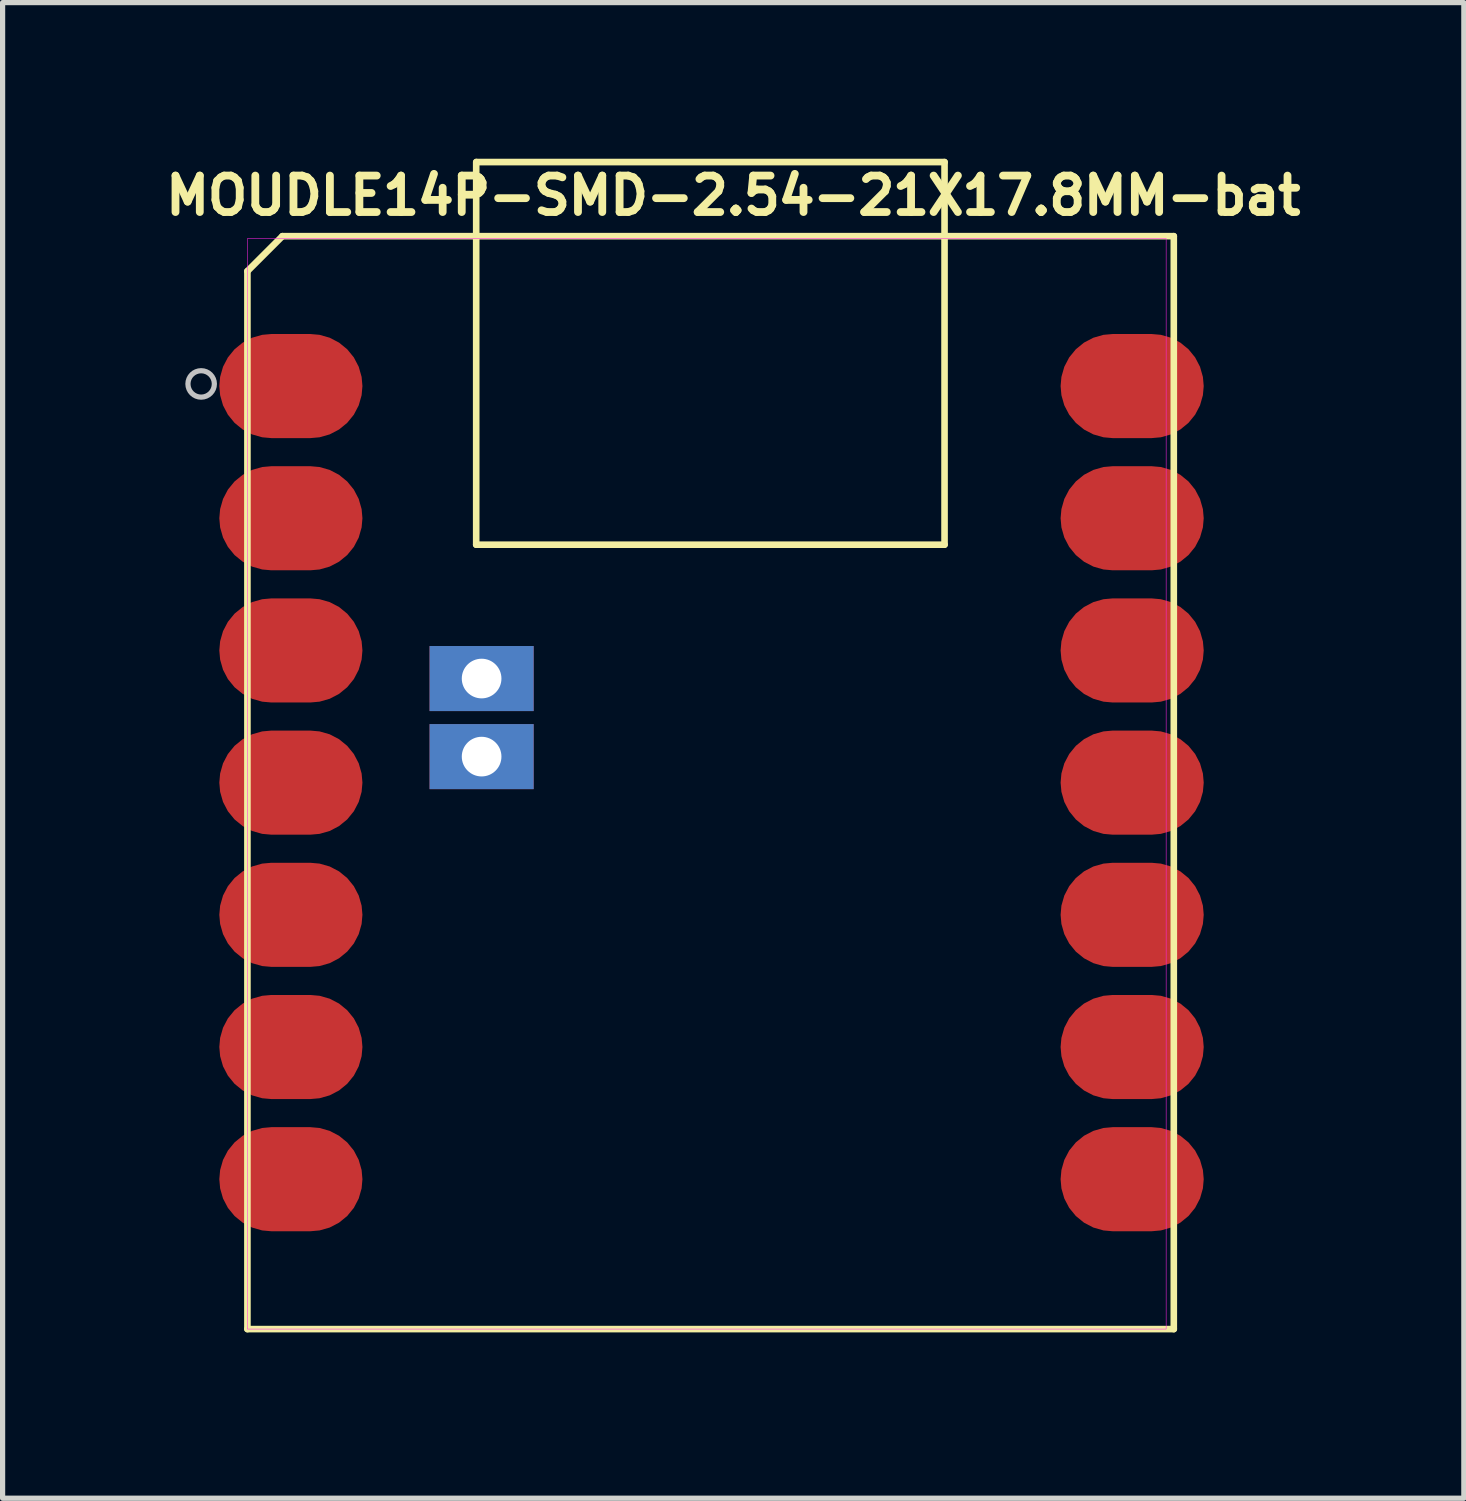
<source format=kicad_pcb>
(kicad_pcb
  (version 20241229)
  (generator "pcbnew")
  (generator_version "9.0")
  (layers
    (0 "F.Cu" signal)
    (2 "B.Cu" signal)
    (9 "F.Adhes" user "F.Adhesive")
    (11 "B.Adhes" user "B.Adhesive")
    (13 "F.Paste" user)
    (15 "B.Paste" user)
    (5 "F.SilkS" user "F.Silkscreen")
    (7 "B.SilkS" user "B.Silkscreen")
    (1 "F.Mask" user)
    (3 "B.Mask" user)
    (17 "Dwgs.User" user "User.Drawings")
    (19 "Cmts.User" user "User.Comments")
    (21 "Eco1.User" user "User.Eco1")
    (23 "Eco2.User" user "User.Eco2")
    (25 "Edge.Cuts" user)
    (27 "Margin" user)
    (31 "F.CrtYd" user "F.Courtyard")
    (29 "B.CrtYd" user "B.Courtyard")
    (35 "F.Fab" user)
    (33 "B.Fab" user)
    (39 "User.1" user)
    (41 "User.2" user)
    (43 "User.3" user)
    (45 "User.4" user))
  (footprint "MOUDLE14P-SMD-2.54-21X17.8MM-bat"
    (layer "F.Cu")
    (at 1.704 22.488)
    (property "Reference" "MOUDLE14P-SMD-2.54-21X17.8MM-bat" (at 9.335 -21.78 0) (layer "F.SilkS") (effects (font (size 0.7 0.7) (thickness 0.15))))
    (attr through_hole)
    (fp_line (start 0 -20.328) (end 0 0) (stroke (width 0.127) (type solid)) (layer "F.SilkS"))
    (fp_line (start 0 0) (end 17.8 0) (stroke (width 0.127) (type solid)) (layer "F.SilkS"))
    (fp_line (start 0.672 -21) (end 0 -20.328) (stroke (width 0.127) (type solid)) (layer "F.SilkS"))
    (fp_line (start 4.396 -15.072) (end 4.396 -22.425) (stroke (width 0.127) (type solid)) (layer "F.SilkS"))
    (fp_line (start 4.4 -22.424) (end 13.395 -22.424) (stroke (width 0.127) (type solid)) (layer "F.SilkS"))
    (fp_line (start 13.395 -22.424) (end 13.395 -15.072) (stroke (width 0.127) (type solid)) (layer "F.SilkS"))
    (fp_line (start 13.395 -15.072) (end 4.396 -15.072) (stroke (width 0.127) (type solid)) (layer "F.SilkS"))
    (fp_line (start 17.8 -21) (end 0.672 -21) (stroke (width 0.127) (type solid)) (layer "F.SilkS"))
    (fp_line (start 17.8 0) (end 17.8 -21) (stroke (width 0.127) (type solid)) (layer "F.SilkS"))
    (fp_circle (center -0.889 -18.161) (end -0.635 -18.161) (stroke (width 0.1) (type solid)) (fill no) (layer "Dwgs.User"))
    (fp_poly (pts (xy 0 -20.955) (xy 17.653 -20.955) (xy 17.653 0) (xy 0 0)) (stroke (width 0.01) (type solid)) (fill no) (layer "F.CrtYd"))
    (pad "1" smd roundrect (at 0.835 -18.12) (size 2.75 2) (layers "F.Cu" "F.Mask" "F.Paste") (roundrect_rratio 0.5))
    (pad "2" smd roundrect (at 0.835 -15.58) (size 2.75 2) (layers "F.Cu" "F.Mask" "F.Paste") (roundrect_rratio 0.5))
    (pad "3" smd roundrect (at 0.835 -13.04) (size 2.75 2) (layers "F.Cu" "F.Mask" "F.Paste") (roundrect_rratio 0.5))
    (pad "4" smd roundrect (at 0.835 -10.5) (size 2.75 2) (layers "F.Cu" "F.Mask" "F.Paste") (roundrect_rratio 0.5))
    (pad "5" smd roundrect (at 0.835 -7.96) (size 2.75 2) (layers "F.Cu" "F.Mask" "F.Paste") (roundrect_rratio 0.5))
    (pad "6" smd roundrect (at 0.835 -5.42) (size 2.75 2) (layers "F.Cu" "F.Mask" "F.Paste") (roundrect_rratio 0.5))
    (pad "7" smd roundrect (at 0.835 -2.88) (size 2.75 2) (layers "F.Cu" "F.Mask" "F.Paste") (roundrect_rratio 0.5))
    (pad "8" smd roundrect (at 17 -2.88) (size 2.75 2) (layers "F.Cu" "F.Mask" "F.Paste") (roundrect_rratio 0.5))
    (pad "9" smd roundrect (at 17 -5.42) (size 2.75 2) (layers "F.Cu" "F.Mask" "F.Paste") (roundrect_rratio 0.5))
    (pad "10" smd roundrect (at 17 -7.96) (size 2.75 2) (layers "F.Cu" "F.Mask" "F.Paste") (roundrect_rratio 0.5))
    (pad "11" smd roundrect (at 17 -10.5) (size 2.75 2) (layers "F.Cu" "F.Mask" "F.Paste") (roundrect_rratio 0.5))
    (pad "12" smd roundrect (at 17 -13.04) (size 2.75 2) (layers "F.Cu" "F.Mask" "F.Paste") (roundrect_rratio 0.5))
    (pad "13" smd roundrect (at 17 -15.58) (size 2.75 2) (layers "F.Cu" "F.Mask" "F.Paste") (roundrect_rratio 0.5))
    (pad "14" smd roundrect (at 17 -18.12) (size 2.75 2) (layers "F.Cu" "F.Mask" "F.Paste") (roundrect_rratio 0.5))
    (pad "15" thru_hole rect (at 4.5 -12.5) (size 2 1.25) (drill 0.762) (layers "*.Cu" "*.Mask"))
    (pad "16" thru_hole rect (at 4.5 -11) (size 2 1.25) (drill 0.762) (layers "*.Cu" "*.Mask"))
    (zone (net_name "") (layer "F.Cu") (hatch full 0.508) (connect_pads) (min_thickness 0.01) (filled_areas_thickness no) (keepout (tracks not_allowed) (vias not_allowed) (pads not_allowed) (copperpour not_allowed) (footprints allowed)) (placement (enabled no)) (fill) (polygon (pts (xy 5.387 1.407) (xy 7.165 1.407) (xy 7.165 4.074) (xy 5.387 4.074))))
    (zone (net_name "") (layer "F.Cu") (hatch full 0.508) (connect_pads) (min_thickness 0.01) (filled_areas_thickness no) (keepout (tracks not_allowed) (vias not_allowed) (pads not_allowed) (copperpour not_allowed) (footprints allowed)) (placement (enabled no)) (fill) (polygon (pts (xy 5.387 5.471) (xy 7.165 5.471) (xy 7.165 8.137) (xy 5.387 8.137))))
    (zone (net_name "") (layer "F.Cu") (hatch full 0.508) (connect_pads) (min_thickness 0.01) (filled_areas_thickness no) (keepout (tracks not_allowed) (vias not_allowed) (pads not_allowed) (copperpour not_allowed) (footprints allowed)) (placement (enabled no)) (fill) (polygon (pts (xy 8.054 2.168) (xy 13.261 2.168) (xy 13.261 9.153) (xy 8.054 9.153))))
    (zone (net_name "") (layer "F.Cu") (hatch full 0.508) (connect_pads) (min_thickness 0.01) (filled_areas_thickness no) (keepout (tracks not_allowed) (vias not_allowed) (pads not_allowed) (copperpour not_allowed) (footprints allowed)) (placement (enabled no)) (fill) (polygon (pts (xy 8.054 19.314) (xy 13.769 19.314) (xy 13.769 21.854) (xy 8.054 21.854))))
    (zone (net_name "") (layer "F.Cu") (hatch full 0.508) (connect_pads) (min_thickness 0.01) (filled_areas_thickness no) (keepout (tracks not_allowed) (vias not_allowed) (pads not_allowed) (copperpour not_allowed) (footprints allowed)) (placement (enabled no)) (fill) (polygon (pts (xy 11.483 11.185) (xy 14.531 11.185) (xy 14.531 14.233) (xy 11.483 14.233))))
    (zone (net_name "") (layer "F.Cu") (hatch full 0.508) (connect_pads) (min_thickness 0.01) (filled_areas_thickness no) (keepout (tracks not_allowed) (vias not_allowed) (pads not_allowed) (copperpour not_allowed) (footprints allowed)) (placement (enabled no)) (fill) (polygon (pts (xy 14.023 1.407) (xy 15.801 1.407) (xy 15.801 4.074) (xy 14.023 4.074))))
    (zone (net_name "") (layer "F.Cu") (hatch full 0.508) (connect_pads) (min_thickness 0.01) (filled_areas_thickness no) (keepout (tracks not_allowed) (vias not_allowed) (pads not_allowed) (copperpour not_allowed) (footprints allowed)) (placement (enabled no)) (fill) (polygon (pts (xy 14.023 5.471) (xy 15.801 5.471) (xy 15.801 8.137) (xy 14.023 8.137)))))
  (gr_rect
    (start -3 -3)
    (end 25.077 25.738)
    (stroke (width 0.1) (type default))
    (fill no)
    (layer "Edge.Cuts")))
</source>
